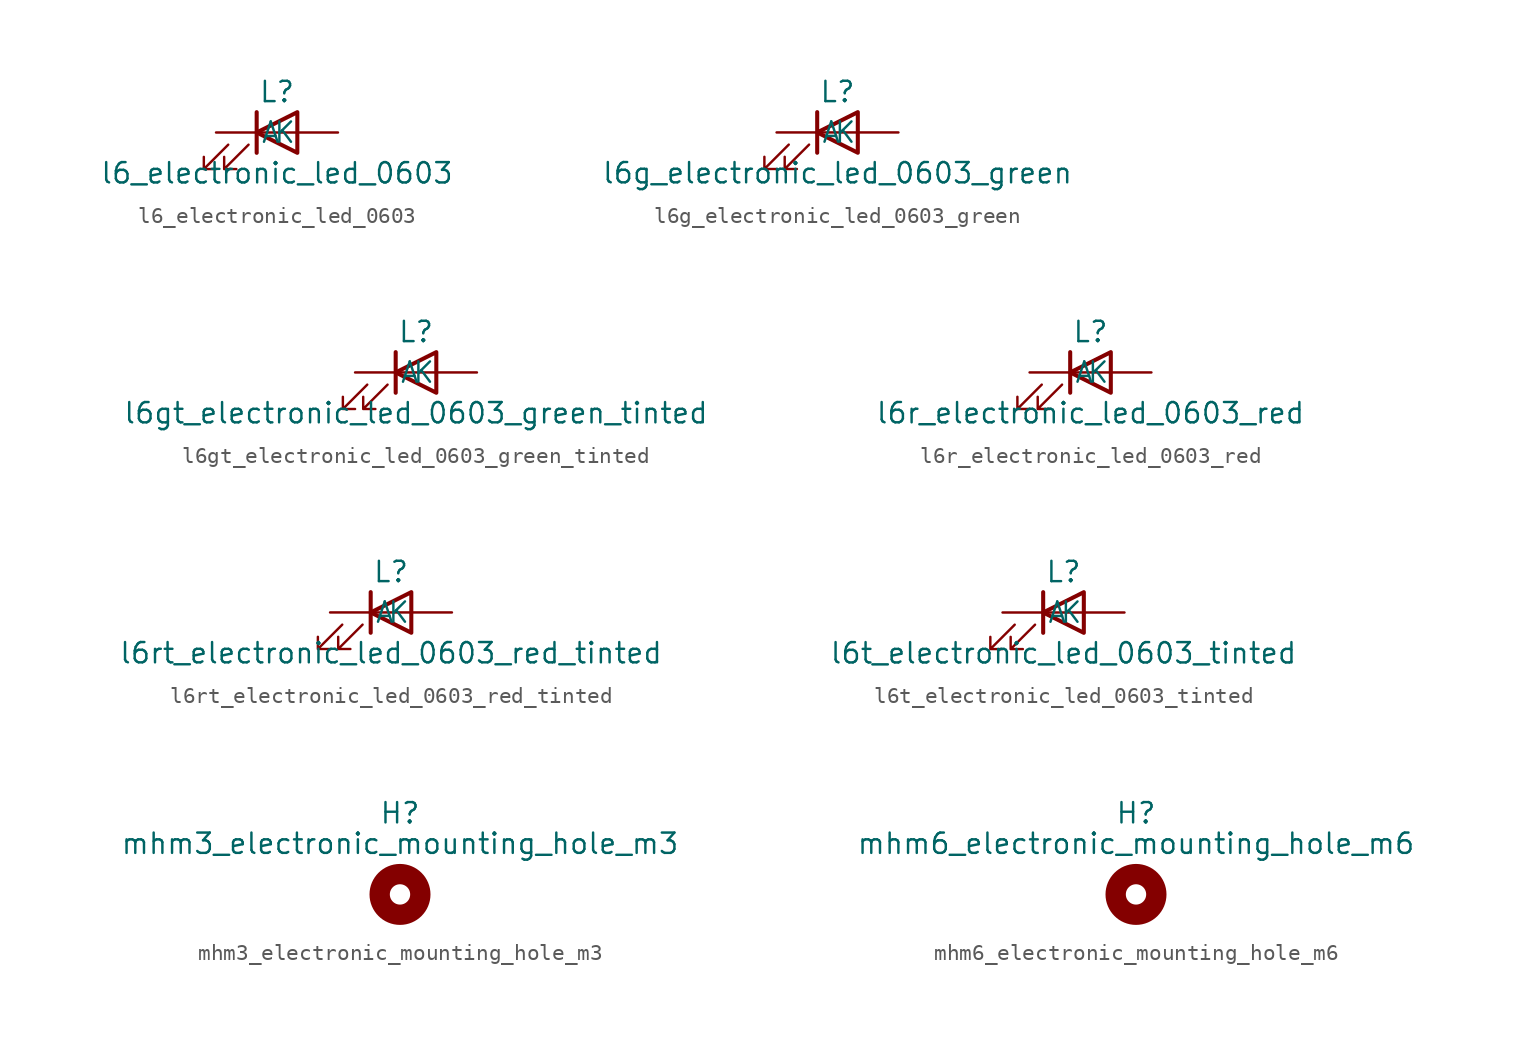
<source format=kicad_sym>
(kicad_symbol_lib
  (version 20220914)
  (generator kicad_symbol_editor)
  (symbol "l6_electronic_led_0603"
    (pin_numbers hide)
    (pin_names
      (offset 1.016))
    (property "Reference" "L"
      (at 0 2.54 0)
      (effects (font (size 1.27 1.27))))
    (property "Value" "l6_electronic_led_0603"
      (at 0 -2.54 0)
      (effects (font (size 1.27 1.27))))
    (symbol "l6_electronic_led_0603_0_1"
      (polyline (pts (xy -1.27 -1.27) (xy -1.27 1.27)) (stroke (width 0.254) (type default)) (fill (type none)))
      (polyline (pts (xy -1.27 0) (xy 1.27 0)) (stroke (width 0) (type default)) (fill (type none)))
      (polyline (pts (xy 1.27 -1.27) (xy 1.27 1.27) (xy -1.27 0) (xy 1.27 -1.27)) (stroke (width 0.254) (type default)) (fill (type none)))
      (polyline (pts (xy -3.048 -0.762) (xy -4.572 -2.286) (xy -3.81 -2.286) (xy -4.572 -2.286) (xy -4.572 -1.524)) (stroke (width 0) (type default)) (fill (type none)))
      (polyline (pts (xy -1.778 -0.762) (xy -3.302 -2.286) (xy -2.54 -2.286) (xy -3.302 -2.286) (xy -3.302 -1.524)) (stroke (width 0) (type default)) (fill (type none))))
    (symbol "l6_electronic_led_0603_1_1"
      (pin passive line (at -3.81 0 0) (length 2.54) (name "K" (effects (font (size 1.27 1.27)))) (number "1" (effects (font (size 1.27 1.27)))))
      (pin passive line (at 3.81 0 180) (length 2.54) (name "A" (effects (font (size 1.27 1.27)))) (number "2" (effects (font (size 1.27 1.27)))))))
  (symbol "l6g_electronic_led_0603_green"
    (pin_numbers hide)
    (pin_names
      (offset 1.016))
    (property "Reference" "L"
      (at 0 2.54 0)
      (effects (font (size 1.27 1.27))))
    (property "Value" "l6g_electronic_led_0603_green"
      (at 0 -2.54 0)
      (effects (font (size 1.27 1.27))))
    (symbol "l6g_electronic_led_0603_green_0_1"
      (polyline (pts (xy -1.27 -1.27) (xy -1.27 1.27)) (stroke (width 0.254) (type default)) (fill (type none)))
      (polyline (pts (xy -1.27 0) (xy 1.27 0)) (stroke (width 0) (type default)) (fill (type none)))
      (polyline (pts (xy 1.27 -1.27) (xy 1.27 1.27) (xy -1.27 0) (xy 1.27 -1.27)) (stroke (width 0.254) (type default)) (fill (type none)))
      (polyline (pts (xy -3.048 -0.762) (xy -4.572 -2.286) (xy -3.81 -2.286) (xy -4.572 -2.286) (xy -4.572 -1.524)) (stroke (width 0) (type default)) (fill (type none)))
      (polyline (pts (xy -1.778 -0.762) (xy -3.302 -2.286) (xy -2.54 -2.286) (xy -3.302 -2.286) (xy -3.302 -1.524)) (stroke (width 0) (type default)) (fill (type none))))
    (symbol "l6g_electronic_led_0603_green_1_1"
      (pin passive line (at -3.81 0 0) (length 2.54) (name "K" (effects (font (size 1.27 1.27)))) (number "1" (effects (font (size 1.27 1.27)))))
      (pin passive line (at 3.81 0 180) (length 2.54) (name "A" (effects (font (size 1.27 1.27)))) (number "2" (effects (font (size 1.27 1.27)))))))
  (symbol "l6gt_electronic_led_0603_green_tinted"
    (pin_numbers hide)
    (pin_names
      (offset 1.016))
    (property "Reference" "L"
      (at 0 2.54 0)
      (effects (font (size 1.27 1.27))))
    (property "Value" "l6gt_electronic_led_0603_green_tinted"
      (at 0 -2.54 0)
      (effects (font (size 1.27 1.27))))
    (symbol "l6gt_electronic_led_0603_green_tinted_0_1"
      (polyline (pts (xy -1.27 -1.27) (xy -1.27 1.27)) (stroke (width 0.254) (type default)) (fill (type none)))
      (polyline (pts (xy -1.27 0) (xy 1.27 0)) (stroke (width 0) (type default)) (fill (type none)))
      (polyline (pts (xy 1.27 -1.27) (xy 1.27 1.27) (xy -1.27 0) (xy 1.27 -1.27)) (stroke (width 0.254) (type default)) (fill (type none)))
      (polyline (pts (xy -3.048 -0.762) (xy -4.572 -2.286) (xy -3.81 -2.286) (xy -4.572 -2.286) (xy -4.572 -1.524)) (stroke (width 0) (type default)) (fill (type none)))
      (polyline (pts (xy -1.778 -0.762) (xy -3.302 -2.286) (xy -2.54 -2.286) (xy -3.302 -2.286) (xy -3.302 -1.524)) (stroke (width 0) (type default)) (fill (type none))))
    (symbol "l6gt_electronic_led_0603_green_tinted_1_1"
      (pin passive line (at -3.81 0 0) (length 2.54) (name "K" (effects (font (size 1.27 1.27)))) (number "1" (effects (font (size 1.27 1.27)))))
      (pin passive line (at 3.81 0 180) (length 2.54) (name "A" (effects (font (size 1.27 1.27)))) (number "2" (effects (font (size 1.27 1.27)))))))
  (symbol "l6r_electronic_led_0603_red"
    (pin_numbers hide)
    (pin_names
      (offset 1.016))
    (property "Reference" "L"
      (at 0 2.54 0)
      (effects (font (size 1.27 1.27))))
    (property "Value" "l6r_electronic_led_0603_red"
      (at 0 -2.54 0)
      (effects (font (size 1.27 1.27))))
    (symbol "l6r_electronic_led_0603_red_0_1"
      (polyline (pts (xy -1.27 -1.27) (xy -1.27 1.27)) (stroke (width 0.254) (type default)) (fill (type none)))
      (polyline (pts (xy -1.27 0) (xy 1.27 0)) (stroke (width 0) (type default)) (fill (type none)))
      (polyline (pts (xy 1.27 -1.27) (xy 1.27 1.27) (xy -1.27 0) (xy 1.27 -1.27)) (stroke (width 0.254) (type default)) (fill (type none)))
      (polyline (pts (xy -3.048 -0.762) (xy -4.572 -2.286) (xy -3.81 -2.286) (xy -4.572 -2.286) (xy -4.572 -1.524)) (stroke (width 0) (type default)) (fill (type none)))
      (polyline (pts (xy -1.778 -0.762) (xy -3.302 -2.286) (xy -2.54 -2.286) (xy -3.302 -2.286) (xy -3.302 -1.524)) (stroke (width 0) (type default)) (fill (type none))))
    (symbol "l6r_electronic_led_0603_red_1_1"
      (pin passive line (at -3.81 0 0) (length 2.54) (name "K" (effects (font (size 1.27 1.27)))) (number "1" (effects (font (size 1.27 1.27)))))
      (pin passive line (at 3.81 0 180) (length 2.54) (name "A" (effects (font (size 1.27 1.27)))) (number "2" (effects (font (size 1.27 1.27)))))))
  (symbol "l6rt_electronic_led_0603_red_tinted"
    (pin_numbers hide)
    (pin_names
      (offset 1.016))
    (property "Reference" "L"
      (at 0 2.54 0)
      (effects (font (size 1.27 1.27))))
    (property "Value" "l6rt_electronic_led_0603_red_tinted"
      (at 0 -2.54 0)
      (effects (font (size 1.27 1.27))))
    (symbol "l6rt_electronic_led_0603_red_tinted_0_1"
      (polyline (pts (xy -1.27 -1.27) (xy -1.27 1.27)) (stroke (width 0.254) (type default)) (fill (type none)))
      (polyline (pts (xy -1.27 0) (xy 1.27 0)) (stroke (width 0) (type default)) (fill (type none)))
      (polyline (pts (xy 1.27 -1.27) (xy 1.27 1.27) (xy -1.27 0) (xy 1.27 -1.27)) (stroke (width 0.254) (type default)) (fill (type none)))
      (polyline (pts (xy -3.048 -0.762) (xy -4.572 -2.286) (xy -3.81 -2.286) (xy -4.572 -2.286) (xy -4.572 -1.524)) (stroke (width 0) (type default)) (fill (type none)))
      (polyline (pts (xy -1.778 -0.762) (xy -3.302 -2.286) (xy -2.54 -2.286) (xy -3.302 -2.286) (xy -3.302 -1.524)) (stroke (width 0) (type default)) (fill (type none))))
    (symbol "l6rt_electronic_led_0603_red_tinted_1_1"
      (pin passive line (at -3.81 0 0) (length 2.54) (name "K" (effects (font (size 1.27 1.27)))) (number "1" (effects (font (size 1.27 1.27)))))
      (pin passive line (at 3.81 0 180) (length 2.54) (name "A" (effects (font (size 1.27 1.27)))) (number "2" (effects (font (size 1.27 1.27)))))))
  (symbol "l6t_electronic_led_0603_tinted"
    (pin_numbers hide)
    (pin_names
      (offset 1.016))
    (property "Reference" "L"
      (at 0 2.54 0)
      (effects (font (size 1.27 1.27))))
    (property "Value" "l6t_electronic_led_0603_tinted"
      (at 0 -2.54 0)
      (effects (font (size 1.27 1.27))))
    (symbol "l6t_electronic_led_0603_tinted_0_1"
      (polyline (pts (xy -1.27 -1.27) (xy -1.27 1.27)) (stroke (width 0.254) (type default)) (fill (type none)))
      (polyline (pts (xy -1.27 0) (xy 1.27 0)) (stroke (width 0) (type default)) (fill (type none)))
      (polyline (pts (xy 1.27 -1.27) (xy 1.27 1.27) (xy -1.27 0) (xy 1.27 -1.27)) (stroke (width 0.254) (type default)) (fill (type none)))
      (polyline (pts (xy -3.048 -0.762) (xy -4.572 -2.286) (xy -3.81 -2.286) (xy -4.572 -2.286) (xy -4.572 -1.524)) (stroke (width 0) (type default)) (fill (type none)))
      (polyline (pts (xy -1.778 -0.762) (xy -3.302 -2.286) (xy -2.54 -2.286) (xy -3.302 -2.286) (xy -3.302 -1.524)) (stroke (width 0) (type default)) (fill (type none))))
    (symbol "l6t_electronic_led_0603_tinted_1_1"
      (pin passive line (at -3.81 0 0) (length 2.54) (name "K" (effects (font (size 1.27 1.27)))) (number "1" (effects (font (size 1.27 1.27)))))
      (pin passive line (at 3.81 0 180) (length 2.54) (name "A" (effects (font (size 1.27 1.27)))) (number "2" (effects (font (size 1.27 1.27)))))))
  (symbol "mhm3_electronic_mounting_hole_m3"
    (pin_names
      (offset 1.016))
    (property "Reference" "H"
      (at 0 5.08 0)
      (effects (font (size 1.27 1.27))))
    (property "Value" "mhm3_electronic_mounting_hole_m3"
      (at 0 3.175 0)
      (effects (font (size 1.27 1.27))))
    (symbol "mhm3_electronic_mounting_hole_m3_0_1"
      (circle (center 0 0) (radius 1.27) (stroke (width 1.27) (type default)) (fill (type none)))))
  (symbol "mhm6_electronic_mounting_hole_m6"
    (pin_names
      (offset 1.016))
    (property "Reference" "H"
      (at 0 5.08 0)
      (effects (font (size 1.27 1.27))))
    (property "Value" "mhm6_electronic_mounting_hole_m6"
      (at 0 3.175 0)
      (effects (font (size 1.27 1.27))))
    (symbol "mhm6_electronic_mounting_hole_m6_0_1"
      (circle (center 0 0) (radius 1.27) (stroke (width 1.27) (type default)) (fill (type none))))))
</source>
